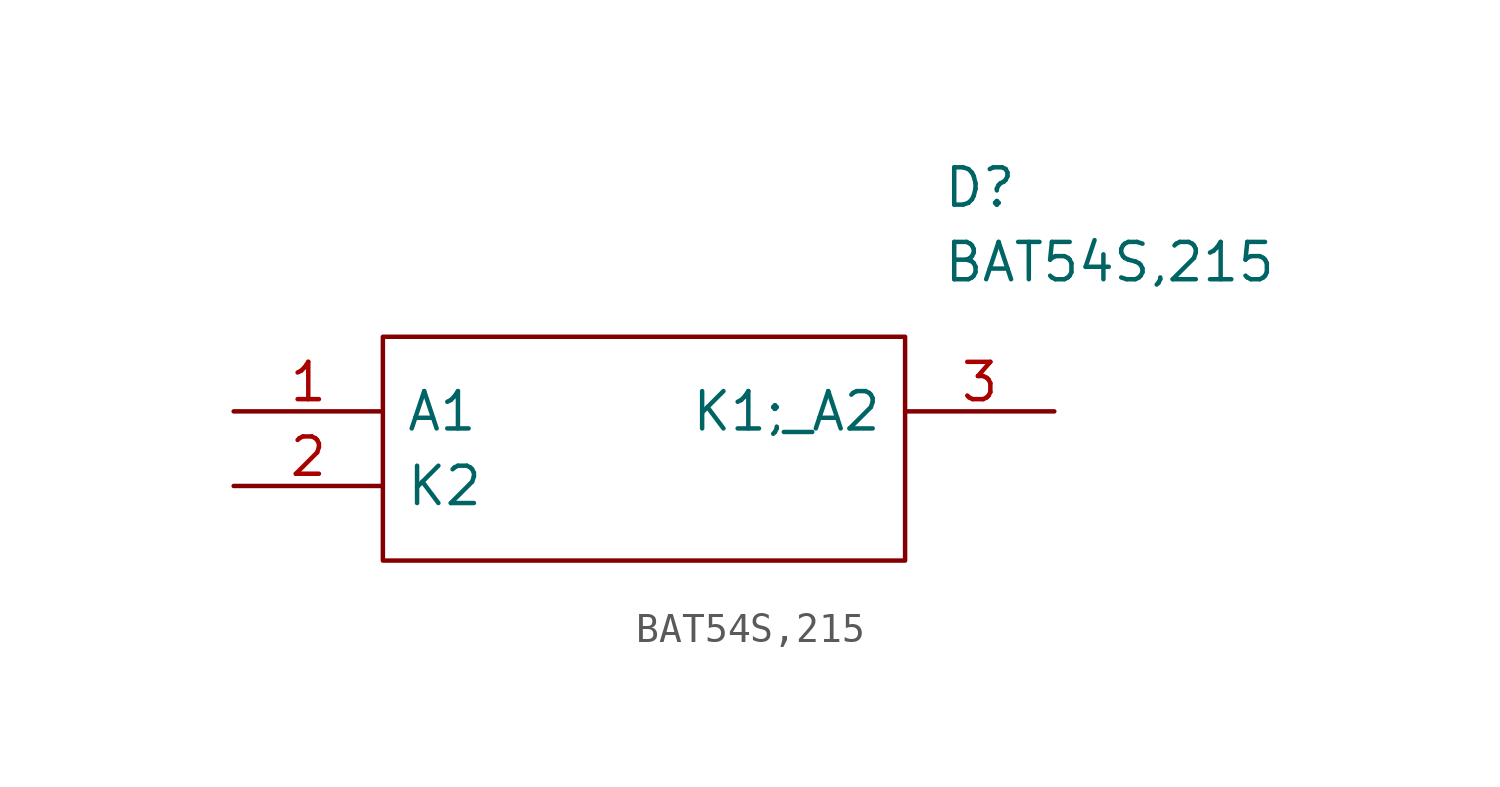
<source format=kicad_sym>
(kicad_symbol_lib
  (version 20220914)
  (generator kicad_symbol_editor)
  (symbol "BAT54S,215"
    (pin_names
      (offset 0.762))
    (property "Reference" "D"
      (at 24.13 7.62 0)
      (effects (font (size 1.27 1.27)) (justify left)))
    (property "Value" "BAT54S,215"
      (at 24.13 5.08 0)
      (effects (font (size 1.27 1.27)) (justify left)))
    (symbol "BAT54S,215_0_0"
      (pin passive line (at 0 0 0) (length 5.08) (name "A1" (effects (font (size 1.27 1.27)))) (number "1" (effects (font (size 1.27 1.27)))))
      (pin passive line (at 0 -2.54 0) (length 5.08) (name "K2" (effects (font (size 1.27 1.27)))) (number "2" (effects (font (size 1.27 1.27)))))
      (pin passive line (at 27.94 0 180) (length 5.08) (name "K1;_A2" (effects (font (size 1.27 1.27)))) (number "3" (effects (font (size 1.27 1.27))))))
    (symbol "BAT54S,215_0_1"
      (polyline (pts (xy 5.08 2.54) (xy 22.86 2.54) (xy 22.86 -5.08) (xy 5.08 -5.08) (xy 5.08 2.54)) (stroke (width 0.152) (type solid)) (fill (type none))))))
</source>
